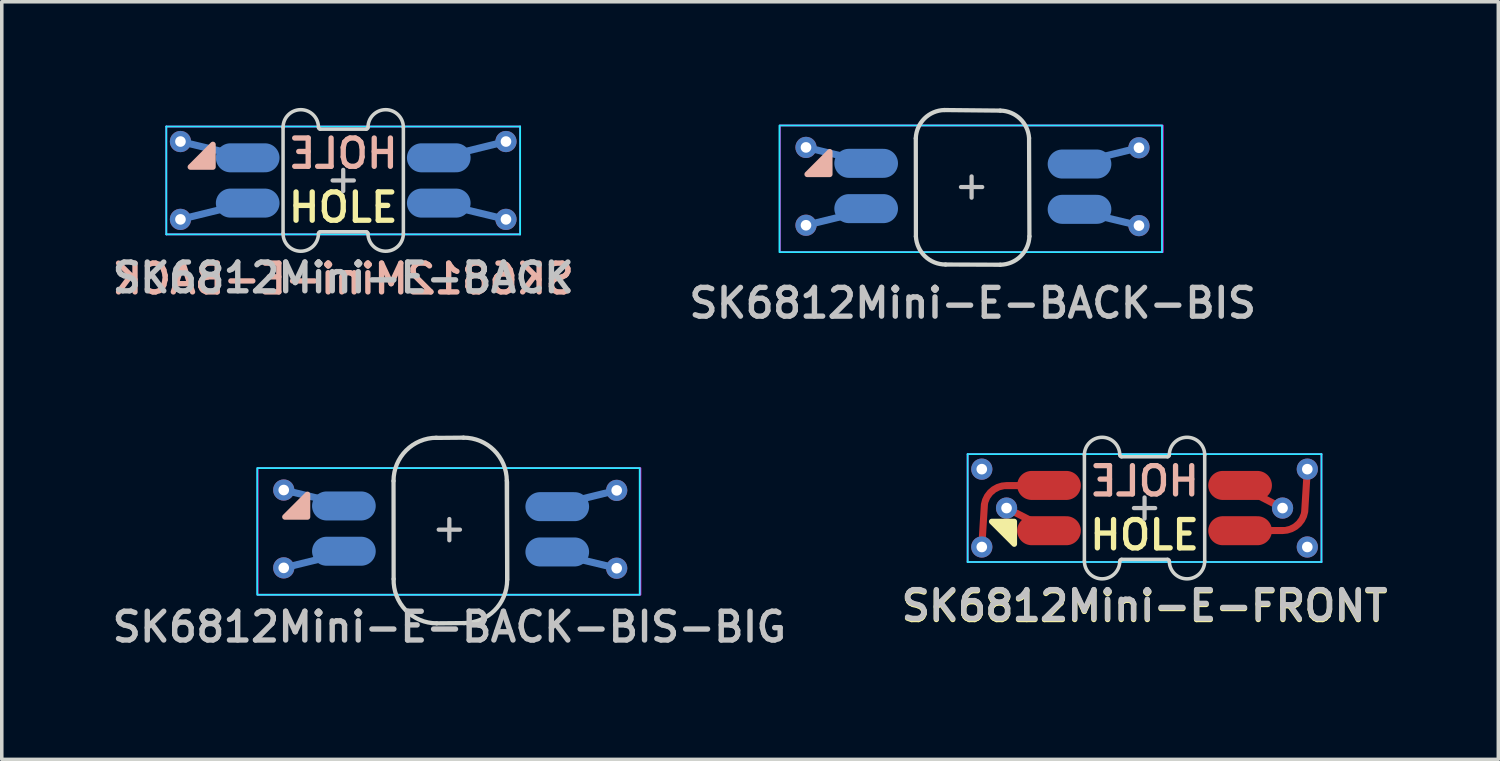
<source format=kicad_pcb>
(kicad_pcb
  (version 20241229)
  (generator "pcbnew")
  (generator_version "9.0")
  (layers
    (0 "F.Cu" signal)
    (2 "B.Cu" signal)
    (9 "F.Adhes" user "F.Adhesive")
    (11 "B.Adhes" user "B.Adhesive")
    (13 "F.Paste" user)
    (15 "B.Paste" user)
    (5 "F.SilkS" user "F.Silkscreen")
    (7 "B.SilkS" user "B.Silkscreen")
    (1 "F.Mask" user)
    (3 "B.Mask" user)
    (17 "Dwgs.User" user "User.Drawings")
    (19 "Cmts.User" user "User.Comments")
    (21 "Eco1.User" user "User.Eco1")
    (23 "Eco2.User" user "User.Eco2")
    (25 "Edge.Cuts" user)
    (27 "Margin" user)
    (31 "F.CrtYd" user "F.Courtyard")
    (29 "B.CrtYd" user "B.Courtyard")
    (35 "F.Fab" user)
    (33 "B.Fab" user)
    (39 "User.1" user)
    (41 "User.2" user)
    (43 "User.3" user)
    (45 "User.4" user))
  (footprint "SK6812Mini-E-BACK-BIS"
    (layer "F.Cu")
    (at 24.409 2.236)
    (property "Reference" "SK6812Mini-E-BACK-BIS" (at 0.03 3.28 0) (layer "Dwgs.User") (effects (font (size 0.813 0.813) (thickness 0.152))))
    (attr through_hole)
    (fp_poly (pts (xy -4.01 -0.995) (xy -4.01 -0.36) (xy -4.645 -0.36)) (stroke (width 0.16) (type solid)) (fill yes) (layer "B.SilkS"))
    (fp_line (start -0.3 0) (end 0.3 0) (stroke (width 0.12) (type solid)) (layer "Dwgs.User"))
    (fp_line (start 0 0.3) (end 0 -0.3) (stroke (width 0.12) (type solid)) (layer "Dwgs.User"))
    (fp_line (start -1.577 -1.377) (end -1.574 1.394) (stroke (width 0.12) (type solid)) (layer "Edge.Cuts"))
    (fp_line (start -0.77 -2.176) (end 0.81 -2.16) (stroke (width 0.12) (type solid)) (layer "Edge.Cuts"))
    (fp_line (start 0.809 2.196) (end -0.736 2.19) (stroke (width 0.12) (type solid)) (layer "Edge.Cuts"))
    (fp_line (start 1.634 1.394) (end 1.624 -1.384) (stroke (width 0.12) (type solid)) (layer "Edge.Cuts"))
    (fp_arc (start -1.57733 -1.37733) (mid -1.332201 -1.936966) (end -0.77 -2.176152) (stroke (width 0.12) (type solid)) (layer "Edge.Cuts"))
    (fp_arc (start -0.736198 2.190021) (mid -1.314036 1.959411) (end -1.574315 1.394315) (stroke (width 0.12) (type solid)) (layer "Edge.Cuts"))
    (fp_arc (start 0.81 -2.160021) (mid 1.368558 -1.931105) (end 1.624315 -1.384315) (stroke (width 0.12) (type solid)) (layer "Edge.Cuts"))
    (fp_arc (start 1.634315 1.394315) (mid 1.381728 1.960165) (end 0.808757 2.196152) (stroke (width 0.12) (type solid)) (layer "Edge.Cuts"))
    (fp_rect (start 5.38 -1.74) (end -5.43 1.84) (stroke (width 0.05) (type solid)) (fill no) (layer "B.CrtYd"))
    (fp_rect (start 5.4 -1.74) (end -5.42 1.84) (stroke (width 0.05) (type solid)) (fill no) (layer "F.CrtYd"))
    (pad "1" smd custom (at 2.83 0.63 180) (size 0.01 0.01) (layers "B.Cu") (options (anchor circle)) (primitives (gr_line (start 0.033 0.005) (end -1.9 -0.46) (width 0.2))))
    (pad "1" smd oval (at 3.05 0.63) (size 1.8 0.82) (layers "B.Cu" "B.Mask" "B.Paste"))
    (pad "1" thru_hole circle (at 4.73 1.09 180) (size 0.6 0.6) (drill 0.3) (layers "*.Cu"))
    (pad "2" smd custom (at 2.83 -0.65 180) (size 0.01 0.01) (layers "B.Cu") (options (anchor circle)) (primitives (gr_line (start -1.9 0.46) (end 0 -0.005) (width 0.2))))
    (pad "2" smd oval (at 3.05 -0.65) (size 1.8 0.82) (layers "B.Cu" "B.Mask" "B.Paste"))
    (pad "2" thru_hole circle (at 4.73 -1.11 180) (size 0.6 0.6) (drill 0.3) (layers "*.Cu"))
    (pad "3" thru_hole circle (at -4.68 -1.12) (size 0.6 0.6) (drill 0.3) (layers "*.Cu"))
    (pad "3" smd oval (at -2.98 -0.67) (size 1.8 0.82) (layers "B.Cu" "B.Mask" "B.Paste"))
    (pad "3" smd custom (at -2.78 -0.66) (size 0.01 0.01) (layers "B.Cu") (options (anchor circle)) (primitives (gr_line (start 0.033 0.005) (end -1.9 -0.46) (width 0.2))))
    (pad "4" thru_hole circle (at -4.68 1.08) (size 0.6 0.6) (drill 0.3) (layers "*.Cu"))
    (pad "4" smd oval (at -2.98 0.61) (size 1.8 0.82) (layers "B.Cu" "B.Mask" "B.Paste"))
    (pad "4" smd custom (at -2.78 0.62) (size 0.01 0.01) (layers "B.Cu") (options (anchor circle)) (primitives (gr_line (start -1.9 0.46) (end 0 -0.005) (width 0.2)))))
  (footprint "SK6812Mini-E-BACK"
    (layer "F.Cu")
    (at 6.65 2.05)
    (property "Reference" "SK6812Mini-E-BACK" (at 0 2.75 0) (layer "Dwgs.User") (effects (font (size 0.813 0.813) (thickness 0.152))))
    (attr through_hole)
    (fp_poly (pts (xy -3.683 -1.016) (xy -3.683 -0.381) (xy -4.318 -0.381)) (stroke (width 0.16) (type solid)) (fill yes) (layer "B.SilkS"))
    (fp_line (start -0.3 0) (end 0.3 0) (stroke (width 0.12) (type solid)) (layer "Dwgs.User"))
    (fp_line (start 0 0.3) (end 0 -0.3) (stroke (width 0.12) (type solid)) (layer "Dwgs.User"))
    (fp_line (start -1.7 -1.5) (end -1.7 1.5) (stroke (width 0.1) (type solid)) (layer "Edge.Cuts"))
    (fp_line (start -0.65 -1.45) (end 0.65 -1.45) (stroke (width 0.1) (type solid)) (layer "Edge.Cuts"))
    (fp_line (start -0.65 1.45) (end 0.65 1.45) (stroke (width 0.1) (type solid)) (layer "Edge.Cuts"))
    (fp_line (start 1.7 1.5) (end 1.7 -1.5) (stroke (width 0.1) (type solid)) (layer "Edge.Cuts"))
    (fp_arc (start -1.7 -1.5) (mid -1.2 -2) (end -0.7 -1.5) (stroke (width 0.1) (type solid)) (layer "Edge.Cuts"))
    (fp_arc (start -0.7 1.5) (mid -1.2 2) (end -1.7 1.5) (stroke (width 0.1) (type solid)) (layer "Edge.Cuts"))
    (fp_arc (start -0.7 1.5) (mid -0.685355 1.464645) (end -0.65 1.45) (stroke (width 0.1) (type solid)) (layer "Edge.Cuts"))
    (fp_arc (start -0.65 -1.45) (mid -0.685355 -1.464645) (end -0.7 -1.5) (stroke (width 0.1) (type solid)) (layer "Edge.Cuts"))
    (fp_arc (start 0.65 1.45) (mid 0.685355 1.464645) (end 0.7 1.5) (stroke (width 0.1) (type solid)) (layer "Edge.Cuts"))
    (fp_arc (start 0.7 -1.5) (mid 0.685355 -1.464645) (end 0.65 -1.45) (stroke (width 0.1) (type solid)) (layer "Edge.Cuts"))
    (fp_arc (start 0.7 -1.5) (mid 1.2 -2) (end 1.7 -1.5) (stroke (width 0.1) (type solid)) (layer "Edge.Cuts"))
    (fp_arc (start 1.7 1.5) (mid 1.2 2) (end 0.7 1.5) (stroke (width 0.1) (type solid)) (layer "Edge.Cuts"))
    (fp_line (start -5 -1.524) (end 5 -1.524) (stroke (width 0.05) (type solid)) (layer "B.CrtYd"))
    (fp_line (start -5 1.524) (end -5 -1.524) (stroke (width 0.05) (type solid)) (layer "B.CrtYd"))
    (fp_line (start 5 -1.524) (end 5 1.524) (stroke (width 0.05) (type solid)) (layer "B.CrtYd"))
    (fp_line (start 5 1.524) (end -5 1.524) (stroke (width 0.05) (type solid)) (layer "B.CrtYd"))
    (fp_line (start -5 -1.524) (end -5 1.524) (stroke (width 0.05) (type solid)) (layer "F.CrtYd"))
    (fp_line (start -5 -1.524) (end 5 -1.524) (stroke (width 0.05) (type solid)) (layer "F.CrtYd"))
    (fp_line (start 5 -1.524) (end 5 1.524) (stroke (width 0.05) (type solid)) (layer "F.CrtYd"))
    (fp_line (start 5 1.524) (end -5 1.524) (stroke (width 0.05) (type solid)) (layer "F.CrtYd"))
    (fp_text user "HOLE" (at 0 0.762 0) (layer "F.SilkS") (effects (font (size 0.8 0.8) (thickness 0.15))))
    (fp_text user "${REFERENCE}" (at 0 2.781 0) (layer "B.SilkS") (effects (font (size 0.813 0.813) (thickness 0.152)) (justify mirror)))
    (fp_text user "HOLE" (at 0 -0.762 0) (layer "B.SilkS") (effects (font (size 0.8 0.8) (thickness 0.15)) (justify mirror)))
    (pad "1" smd custom (at 2.7 0.64 180) (size 0.01 0.01) (layers "B.Cu") (options (anchor circle)) (primitives (gr_line (start 0.033 0.005) (end -1.9 -0.46) (width 0.2))))
    (pad "1" smd oval (at 2.7 0.64) (size 1.8 0.82) (layers "B.Cu" "B.Mask" "B.Paste"))
    (pad "1" thru_hole circle (at 4.6 1.1 180) (size 0.6 0.6) (drill 0.3) (layers "*.Cu"))
    (pad "2" smd custom (at 2.7 -0.64 180) (size 0.01 0.01) (layers "B.Cu") (options (anchor circle)) (primitives (gr_line (start -1.9 0.46) (end 0 -0.005) (width 0.2))))
    (pad "2" smd oval (at 2.7 -0.64) (size 1.8 0.82) (layers "B.Cu" "B.Mask" "B.Paste"))
    (pad "2" thru_hole circle (at 4.6 -1.1 180) (size 0.6 0.6) (drill 0.3) (layers "*.Cu"))
    (pad "3" thru_hole circle (at -4.6 -1.1) (size 0.6 0.6) (drill 0.3) (layers "*.Cu"))
    (pad "3" smd custom (at -2.7 -0.64) (size 0.01 0.01) (layers "B.Cu") (options (anchor circle)) (primitives (gr_line (start 0.033 0.005) (end -1.9 -0.46) (width 0.2))))
    (pad "3" smd oval (at -2.7 -0.64) (size 1.8 0.82) (layers "B.Cu" "B.Mask" "B.Paste"))
    (pad "4" thru_hole circle (at -4.6 1.1) (size 0.6 0.6) (drill 0.3) (layers "*.Cu"))
    (pad "4" smd custom (at -2.7 0.64) (size 0.01 0.01) (layers "B.Cu") (options (anchor circle)) (primitives (gr_line (start -1.9 0.46) (end 0 -0.005) (width 0.2))))
    (pad "4" smd oval (at -2.7 0.64) (size 1.8 0.82) (layers "B.Cu" "B.Mask" "B.Paste")))
  (footprint "SK6812Mini-E-BACK-BIS-BIG"
    (layer "F.Cu")
    (at 9.649 11.919)
    (property "Reference" "SK6812Mini-E-BACK-BIS-BIG" (at 0 2.75 0) (layer "Dwgs.User") (effects (font (size 0.813 0.813) (thickness 0.152))))
    (attr through_hole)
    (fp_poly (pts (xy -4.01 -0.995) (xy -4.01 -0.36) (xy -4.645 -0.36)) (stroke (width 0.16) (type solid)) (fill yes) (layer "B.SilkS"))
    (fp_line (start -0.3 0) (end 0.3 0) (stroke (width 0.12) (type solid)) (layer "Dwgs.User"))
    (fp_line (start 0 0.3) (end 0 -0.3) (stroke (width 0.12) (type solid)) (layer "Dwgs.User"))
    (fp_line (start -1.577 -1.377) (end -1.574 1.394) (stroke (width 0.12) (type solid)) (layer "Edge.Cuts"))
    (fp_line (start -0.357 2.647) (end 0.424 2.64) (stroke (width 0.12) (type solid)) (layer "Edge.Cuts"))
    (fp_line (start 0.4 -2.6) (end -0.382 -2.593) (stroke (width 0.12) (type solid)) (layer "Edge.Cuts"))
    (fp_line (start 1.634 1.394) (end 1.624 -1.384) (stroke (width 0.12) (type solid)) (layer "Edge.Cuts"))
    (fp_line (start 1.634 1.42) (end 1.631 -1.352) (stroke (width 0.12) (type solid)) (layer "Edge.Cuts"))
    (fp_arc (start -1.57733 -1.37733) (mid -1.22 -2.24) (end -0.35733 -2.59733) (stroke (width 0.12) (type solid)) (layer "Edge.Cuts"))
    (fp_arc (start -0.35733 2.64733) (mid -1.230695 2.278079) (end -1.574315 1.394315) (stroke (width 0.12) (type solid)) (layer "Edge.Cuts"))
    (fp_arc (start 0.4 -2.6) (mid 1.262662 -2.24444) (end 1.624315 -1.384315) (stroke (width 0.12) (type solid)) (layer "Edge.Cuts"))
    (fp_arc (start 1.634315 1.42) (mid 1.276985 2.28267) (end 0.414315 2.64) (stroke (width 0.12) (type solid)) (layer "Edge.Cuts"))
    (fp_rect (start 5.38 -1.74) (end -5.43 1.84) (stroke (width 0.05) (type solid)) (fill no) (layer "B.CrtYd"))
    (fp_rect (start 5.4 -1.74) (end -5.42 1.84) (stroke (width 0.05) (type solid)) (fill no) (layer "F.CrtYd"))
    (pad "1" smd custom (at 2.83 0.63 180) (size 0.01 0.01) (layers "B.Cu") (options (anchor circle)) (primitives (gr_line (start 0.033 0.005) (end -1.9 -0.46) (width 0.2))))
    (pad "1" smd oval (at 3.05 0.63) (size 1.8 0.82) (layers "B.Cu" "B.Mask" "B.Paste"))
    (pad "1" thru_hole circle (at 4.73 1.09 180) (size 0.6 0.6) (drill 0.3) (layers "*.Cu"))
    (pad "2" smd custom (at 2.83 -0.65 180) (size 0.01 0.01) (layers "B.Cu") (options (anchor circle)) (primitives (gr_line (start -1.9 0.46) (end 0 -0.005) (width 0.2))))
    (pad "2" smd oval (at 3.05 -0.65) (size 1.8 0.82) (layers "B.Cu" "B.Mask" "B.Paste"))
    (pad "2" thru_hole circle (at 4.73 -1.11 180) (size 0.6 0.6) (drill 0.3) (layers "*.Cu"))
    (pad "3" thru_hole circle (at -4.68 -1.12) (size 0.6 0.6) (drill 0.3) (layers "*.Cu"))
    (pad "3" smd oval (at -2.98 -0.67) (size 1.8 0.82) (layers "B.Cu" "B.Mask" "B.Paste"))
    (pad "3" smd custom (at -2.78 -0.66) (size 0.01 0.01) (layers "B.Cu") (options (anchor circle)) (primitives (gr_line (start 0.033 0.005) (end -1.9 -0.46) (width 0.2))))
    (pad "4" thru_hole circle (at -4.68 1.08) (size 0.6 0.6) (drill 0.3) (layers "*.Cu"))
    (pad "4" smd oval (at -2.98 0.61) (size 1.8 0.82) (layers "B.Cu" "B.Mask" "B.Paste"))
    (pad "4" smd custom (at -2.78 0.62) (size 0.01 0.01) (layers "B.Cu") (options (anchor circle)) (primitives (gr_line (start -1.9 0.46) (end 0 -0.005) (width 0.2)))))
  (footprint "SK6812Mini-E-FRONT"
    (layer "F.Cu")
    (at 29.297 11.309)
    (property "Reference" "SK6812Mini-E-FRONT" (at 0 2.75 0) (layer "Dwgs.User") (effects (font (size 0.813 0.813) (thickness 0.152))))
    (attr through_hole)
    (fp_poly (pts (xy -4.318 0.381) (xy -3.683 0.381) (xy -3.683 1.016)) (stroke (width 0.16) (type solid)) (fill yes) (layer "F.SilkS"))
    (fp_line (start -0.3 0) (end 0.3 0) (stroke (width 0.12) (type solid)) (layer "Dwgs.User"))
    (fp_line (start 0 0.3) (end 0 -0.3) (stroke (width 0.12) (type solid)) (layer "Dwgs.User"))
    (fp_line (start -1.7 -1.5) (end -1.7 1.5) (stroke (width 0.1) (type solid)) (layer "Edge.Cuts"))
    (fp_line (start -0.65 -1.45) (end 0.65 -1.45) (stroke (width 0.1) (type solid)) (layer "Edge.Cuts"))
    (fp_line (start -0.65 1.45) (end 0.65 1.45) (stroke (width 0.1) (type solid)) (layer "Edge.Cuts"))
    (fp_line (start 1.7 1.5) (end 1.7 -1.5) (stroke (width 0.1) (type solid)) (layer "Edge.Cuts"))
    (fp_arc (start -1.7 -1.5) (mid -1.2 -2) (end -0.7 -1.5) (stroke (width 0.1) (type solid)) (layer "Edge.Cuts"))
    (fp_arc (start -0.7 1.5) (mid -1.2 2) (end -1.7 1.5) (stroke (width 0.1) (type solid)) (layer "Edge.Cuts"))
    (fp_arc (start -0.7 1.5) (mid -0.685355 1.464645) (end -0.65 1.45) (stroke (width 0.1) (type solid)) (layer "Edge.Cuts"))
    (fp_arc (start -0.65 -1.45) (mid -0.685355 -1.464645) (end -0.7 -1.5) (stroke (width 0.1) (type solid)) (layer "Edge.Cuts"))
    (fp_arc (start 0.65 1.45) (mid 0.685355 1.464645) (end 0.7 1.5) (stroke (width 0.1) (type solid)) (layer "Edge.Cuts"))
    (fp_arc (start 0.7 -1.5) (mid 0.685355 -1.464645) (end 0.65 -1.45) (stroke (width 0.1) (type solid)) (layer "Edge.Cuts"))
    (fp_arc (start 0.7 -1.5) (mid 1.2 -2) (end 1.7 -1.5) (stroke (width 0.1) (type solid)) (layer "Edge.Cuts"))
    (fp_arc (start 1.7 1.5) (mid 1.2 2) (end 0.7 1.5) (stroke (width 0.1) (type solid)) (layer "Edge.Cuts"))
    (fp_line (start -5 -1.524) (end 5 -1.524) (stroke (width 0.05) (type solid)) (layer "B.CrtYd"))
    (fp_line (start -5 1.524) (end -5 -1.524) (stroke (width 0.05) (type solid)) (layer "B.CrtYd"))
    (fp_line (start 5 -1.524) (end 5 1.524) (stroke (width 0.05) (type solid)) (layer "B.CrtYd"))
    (fp_line (start 5 1.524) (end -5 1.524) (stroke (width 0.05) (type solid)) (layer "B.CrtYd"))
    (fp_line (start -5 -1.524) (end -5 1.524) (stroke (width 0.05) (type solid)) (layer "F.CrtYd"))
    (fp_line (start -5 -1.524) (end 5 -1.524) (stroke (width 0.05) (type solid)) (layer "F.CrtYd"))
    (fp_line (start 5 -1.524) (end 5 1.524) (stroke (width 0.05) (type solid)) (layer "F.CrtYd"))
    (fp_line (start 5 1.524) (end -5 1.524) (stroke (width 0.05) (type solid)) (layer "F.CrtYd"))
    (fp_text user "${REFERENCE}" (at 0 2.781 0) (layer "F.SilkS") (effects (font (size 0.813 0.813) (thickness 0.152))))
    (fp_text user "HOLE" (at 0 0.762 0) (layer "F.SilkS") (effects (font (size 0.8 0.8) (thickness 0.15))))
    (fp_text user "HOLE" (at 0 -0.762 0) (layer "B.SilkS") (effects (font (size 0.8 0.8) (thickness 0.15)) (justify mirror)))
    (pad "1" smd custom (at 2.7 -0.64 180) (size 0.01 0.01) (layers "F.Cu") (options (anchor circle)) (primitives (gr_line (start -1.2 -0.64) (end 0.033 -0.005) (width 0.2))))
    (pad "1" smd oval (at 2.7 -0.64) (size 1.8 0.82) (layers "F.Cu" "F.Mask" "F.Paste"))
    (pad "1" thru_hole circle (at 3.9 0 180) (size 0.6 0.6) (drill 0.3) (layers "*.Cu"))
    (pad "1" thru_hole circle (at 4.6 1.1 180) (size 0.6 0.6) (drill 0.3) (layers "*.Cu"))
    (pad "2" smd custom (at 2.7 0.64 180) (size 0.01 0.01) (layers "F.Cu") (options (anchor circle)) (primitives (gr_arc (start -1.826182 0.540664) (mid -1.611821 0.157502) (end -1.200108 0.005001) (width 0.2)) (gr_line (start -1.826 0.541) (end -1.9 1.74) (width 0.2)) (gr_line (start -1.199 0.005) (end 0 0.005) (width 0.2))))
    (pad "2" smd oval (at 2.7 0.64) (size 1.8 0.82) (layers "F.Cu" "F.Mask" "F.Paste"))
    (pad "2" thru_hole circle (at 4.6 -1.1 180) (size 0.6 0.6) (drill 0.3) (layers "*.Cu"))
    (pad "3" thru_hole circle (at -4.6 -1.1) (size 0.6 0.6) (drill 0.3) (layers "*.Cu"))
    (pad "3" thru_hole circle (at -3.9 0) (size 0.6 0.6) (drill 0.3) (layers "*.Cu"))
    (pad "3" smd custom (at -2.7 0.64) (size 0.01 0.01) (layers "F.Cu") (options (anchor circle)) (primitives (gr_line (start -1.2 -0.64) (end 0.033 -0.005) (width 0.2))))
    (pad "3" smd oval (at -2.7 0.64) (size 1.8 0.82) (layers "F.Cu" "F.Mask" "F.Paste"))
    (pad "4" thru_hole circle (at -4.6 1.1) (size 0.6 0.6) (drill 0.3) (layers "*.Cu"))
    (pad "4" smd custom (at -2.7 -0.64) (size 0.01 0.01) (layers "F.Cu") (options (anchor circle)) (primitives (gr_arc (start -1.826182 0.540664) (mid -1.611821 0.157502) (end -1.200108 0.005001) (width 0.2)) (gr_line (start -1.826 0.541) (end -1.9 1.74) (width 0.2)) (gr_line (start -1.199 0.005) (end 0 0.005) (width 0.2))))
    (pad "4" smd oval (at -2.7 -0.64) (size 1.8 0.82) (layers "F.Cu" "F.Mask" "F.Paste")))
  (gr_rect
    (start -3 -3)
    (end 39.295 18.412)
    (stroke (width 0.1) (type default))
    (fill no)
    (layer "Edge.Cuts")))
</source>
